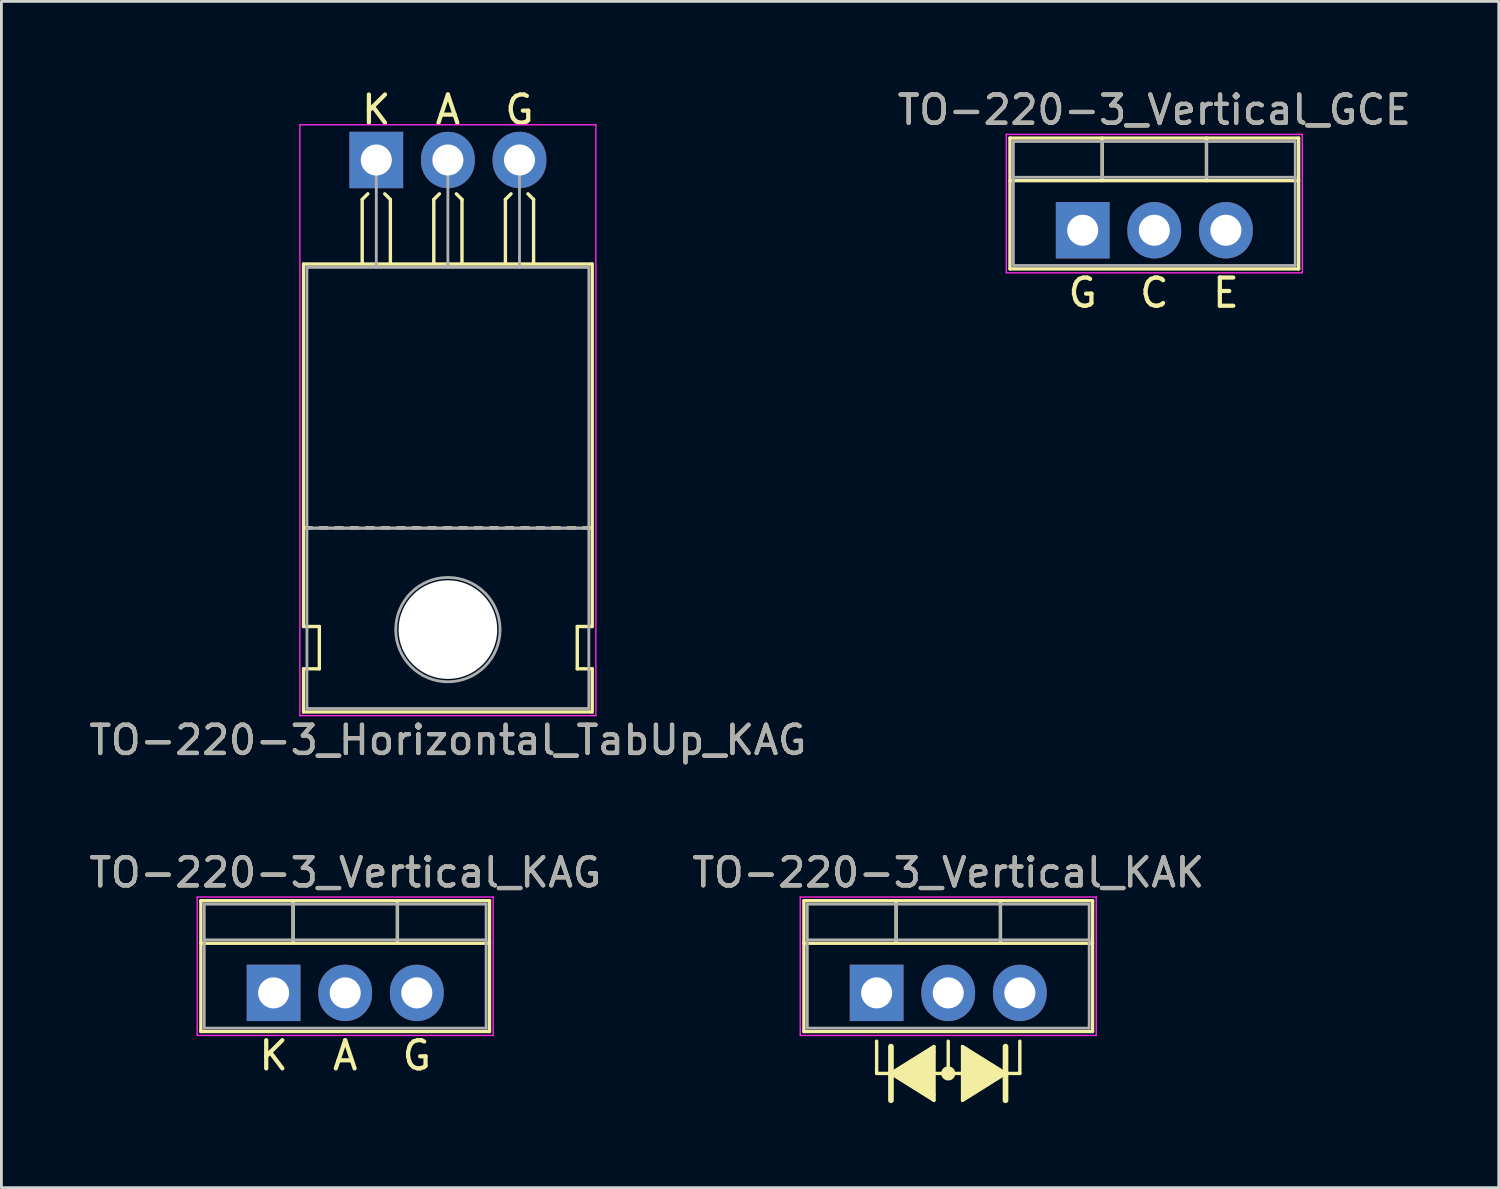
<source format=kicad_pcb>
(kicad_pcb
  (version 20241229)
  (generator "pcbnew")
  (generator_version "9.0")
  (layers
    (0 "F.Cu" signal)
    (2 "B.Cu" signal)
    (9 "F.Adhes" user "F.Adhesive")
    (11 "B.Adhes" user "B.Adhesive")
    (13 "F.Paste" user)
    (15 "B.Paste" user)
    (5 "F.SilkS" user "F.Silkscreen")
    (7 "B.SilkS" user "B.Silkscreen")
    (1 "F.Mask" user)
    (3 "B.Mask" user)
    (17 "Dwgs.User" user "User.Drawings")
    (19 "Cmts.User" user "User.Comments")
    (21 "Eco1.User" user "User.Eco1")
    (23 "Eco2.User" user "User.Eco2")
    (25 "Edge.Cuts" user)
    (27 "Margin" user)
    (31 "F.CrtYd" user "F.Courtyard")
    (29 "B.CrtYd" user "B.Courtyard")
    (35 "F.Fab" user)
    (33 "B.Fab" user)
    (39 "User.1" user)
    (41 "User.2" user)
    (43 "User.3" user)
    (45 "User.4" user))
  (footprint "TO-220-3_Vertical_KAK"
    (layer "F.Cu")
    (at 28.049 32.173)
    (property "Reference" "TO-220-3_Vertical_KAK" (at 2.54 -4.27 0) (layer "F.SilkS") (effects (font (size 1 1) (thickness 0.15))))
    (attr through_hole)
    (fp_line (start -2.58 -3.27) (end -2.58 1.371) (stroke (width 0.12) (type solid)) (layer "F.SilkS"))
    (fp_line (start -2.58 -3.27) (end 7.66 -3.27) (stroke (width 0.12) (type solid)) (layer "F.SilkS"))
    (fp_line (start -2.58 -1.76) (end 7.66 -1.76) (stroke (width 0.12) (type solid)) (layer "F.SilkS"))
    (fp_line (start -2.58 1.371) (end 7.66 1.371) (stroke (width 0.12) (type solid)) (layer "F.SilkS"))
    (fp_line (start 0 1.714) (end 0 2.857) (stroke (width 0.12) (type solid)) (layer "F.SilkS"))
    (fp_line (start 0 2.857) (end 0.508 2.857) (stroke (width 0.12) (type solid)) (layer "F.SilkS"))
    (fp_line (start 0.508 1.905) (end 0.508 3.81) (stroke (width 0.2) (type solid)) (layer "F.SilkS"))
    (fp_line (start 0.508 2.857) (end 2.032 1.905) (stroke (width 0.12) (type solid)) (layer "F.SilkS"))
    (fp_line (start 0.508 2.857) (end 2.032 3.81) (stroke (width 0.12) (type solid)) (layer "F.SilkS"))
    (fp_line (start 0.69 -3.27) (end 0.69 -1.76) (stroke (width 0.12) (type solid)) (layer "F.SilkS"))
    (fp_line (start 2.032 2.095) (end 2.032 1.905) (stroke (width 0.12) (type solid)) (layer "F.SilkS"))
    (fp_line (start 2.032 3.619) (end 2.032 2.095) (stroke (width 0.12) (type solid)) (layer "F.SilkS"))
    (fp_line (start 2.032 3.619) (end 2.032 3.81) (stroke (width 0.12) (type solid)) (layer "F.SilkS"))
    (fp_line (start 2.54 1.714) (end 2.54 2.857) (stroke (width 0.12) (type solid)) (layer "F.SilkS"))
    (fp_line (start 2.54 2.857) (end 2.032 2.857) (stroke (width 0.12) (type solid)) (layer "F.SilkS"))
    (fp_line (start 2.54 2.857) (end 3.048 2.857) (stroke (width 0.12) (type solid)) (layer "F.SilkS"))
    (fp_line (start 3.048 1.905) (end 3.048 3.81) (stroke (width 0.12) (type solid)) (layer "F.SilkS"))
    (fp_line (start 3.048 3.81) (end 4.572 2.857) (stroke (width 0.12) (type solid)) (layer "F.SilkS"))
    (fp_line (start 4.391 -3.27) (end 4.391 -1.76) (stroke (width 0.12) (type solid)) (layer "F.SilkS"))
    (fp_line (start 4.572 2.857) (end 3.048 1.905) (stroke (width 0.12) (type solid)) (layer "F.SilkS"))
    (fp_line (start 4.572 3.81) (end 4.572 1.905) (stroke (width 0.2) (type solid)) (layer "F.SilkS"))
    (fp_line (start 5.08 1.714) (end 5.08 2.857) (stroke (width 0.12) (type solid)) (layer "F.SilkS"))
    (fp_line (start 5.08 2.857) (end 4.572 2.857) (stroke (width 0.12) (type solid)) (layer "F.SilkS"))
    (fp_line (start 7.66 -3.27) (end 7.66 1.371) (stroke (width 0.12) (type solid)) (layer "F.SilkS"))
    (fp_circle (center 2.54 2.857) (end 2.54 2.921) (stroke (width 0.12) (type solid)) (fill no) (layer "F.SilkS"))
    (fp_circle (center 2.54 2.857) (end 2.54 2.985) (stroke (width 0.12) (type solid)) (fill no) (layer "F.SilkS"))
    (fp_circle (center 2.54 2.857) (end 2.54 3.048) (stroke (width 0.12) (type solid)) (fill no) (layer "F.SilkS"))
    (fp_poly (pts (xy 0.508 2.857) (xy 2.032 1.905) (xy 2.032 3.81)) (stroke (width 0.1) (type solid)) (fill yes) (layer "F.SilkS"))
    (fp_poly (pts (xy 3.048 1.905) (xy 4.572 2.857) (xy 3.048 3.81)) (stroke (width 0.1) (type solid)) (fill yes) (layer "F.SilkS"))
    (fp_line (start -2.71 -3.4) (end -2.71 1.51) (stroke (width 0.05) (type solid)) (layer "F.CrtYd"))
    (fp_line (start -2.71 1.51) (end 7.79 1.51) (stroke (width 0.05) (type solid)) (layer "F.CrtYd"))
    (fp_line (start 7.79 -3.4) (end -2.71 -3.4) (stroke (width 0.05) (type solid)) (layer "F.CrtYd"))
    (fp_line (start 7.79 1.51) (end 7.79 -3.4) (stroke (width 0.05) (type solid)) (layer "F.CrtYd"))
    (fp_line (start -2.46 -3.15) (end -2.46 1.25) (stroke (width 0.1) (type solid)) (layer "F.Fab"))
    (fp_line (start -2.46 -1.88) (end 7.54 -1.88) (stroke (width 0.1) (type solid)) (layer "F.Fab"))
    (fp_line (start -2.46 1.25) (end 7.54 1.25) (stroke (width 0.1) (type solid)) (layer "F.Fab"))
    (fp_line (start 0.69 -3.15) (end 0.69 -1.88) (stroke (width 0.1) (type solid)) (layer "F.Fab"))
    (fp_line (start 4.39 -3.15) (end 4.39 -1.88) (stroke (width 0.1) (type solid)) (layer "F.Fab"))
    (fp_line (start 7.54 -3.15) (end -2.46 -3.15) (stroke (width 0.1) (type solid)) (layer "F.Fab"))
    (fp_line (start 7.54 1.25) (end 7.54 -3.15) (stroke (width 0.1) (type solid)) (layer "F.Fab"))
    (fp_text user "${REFERENCE}" (at 2.54 -4.27 0) (layer "F.Fab") (effects (font (size 1 1) (thickness 0.15))))
    (pad "1" thru_hole rect (at 0 0) (size 1.905 2) (drill 1.1) (layers "*.Cu" "*.Mask"))
    (pad "2" thru_hole oval (at 2.54 0) (size 1.905 2) (drill 1.1) (layers "*.Cu" "*.Mask"))
    (pad "3" thru_hole oval (at 5.08 0) (size 1.905 2) (drill 1.1) (layers "*.Cu" "*.Mask")))
  (footprint "TO-220-3_Vertical_KAG"
    (layer "F.Cu")
    (at 6.656 32.173)
    (property "Reference" "TO-220-3_Vertical_KAG" (at 2.54 -4.27 0) (layer "F.SilkS") (effects (font (size 1 1) (thickness 0.15))))
    (attr through_hole)
    (fp_line (start -2.58 -3.27) (end -2.58 1.371) (stroke (width 0.12) (type solid)) (layer "F.SilkS"))
    (fp_line (start -2.58 -3.27) (end 7.66 -3.27) (stroke (width 0.12) (type solid)) (layer "F.SilkS"))
    (fp_line (start -2.58 -1.76) (end 7.66 -1.76) (stroke (width 0.12) (type solid)) (layer "F.SilkS"))
    (fp_line (start -2.58 1.371) (end 7.66 1.371) (stroke (width 0.12) (type solid)) (layer "F.SilkS"))
    (fp_line (start 0.69 -3.27) (end 0.69 -1.76) (stroke (width 0.12) (type solid)) (layer "F.SilkS"))
    (fp_line (start 4.391 -3.27) (end 4.391 -1.76) (stroke (width 0.12) (type solid)) (layer "F.SilkS"))
    (fp_line (start 7.66 -3.27) (end 7.66 1.371) (stroke (width 0.12) (type solid)) (layer "F.SilkS"))
    (fp_line (start -2.71 -3.4) (end -2.71 1.51) (stroke (width 0.05) (type solid)) (layer "F.CrtYd"))
    (fp_line (start -2.71 1.51) (end 7.79 1.51) (stroke (width 0.05) (type solid)) (layer "F.CrtYd"))
    (fp_line (start 7.79 -3.4) (end -2.71 -3.4) (stroke (width 0.05) (type solid)) (layer "F.CrtYd"))
    (fp_line (start 7.79 1.51) (end 7.79 -3.4) (stroke (width 0.05) (type solid)) (layer "F.CrtYd"))
    (fp_line (start -2.46 -3.15) (end -2.46 1.25) (stroke (width 0.1) (type solid)) (layer "F.Fab"))
    (fp_line (start -2.46 -1.88) (end 7.54 -1.88) (stroke (width 0.1) (type solid)) (layer "F.Fab"))
    (fp_line (start -2.46 1.25) (end 7.54 1.25) (stroke (width 0.1) (type solid)) (layer "F.Fab"))
    (fp_line (start 0.69 -3.15) (end 0.69 -1.88) (stroke (width 0.1) (type solid)) (layer "F.Fab"))
    (fp_line (start 4.39 -3.15) (end 4.39 -1.88) (stroke (width 0.1) (type solid)) (layer "F.Fab"))
    (fp_line (start 7.54 -3.15) (end -2.46 -3.15) (stroke (width 0.1) (type solid)) (layer "F.Fab"))
    (fp_line (start 7.54 1.25) (end 7.54 -3.15) (stroke (width 0.1) (type solid)) (layer "F.Fab"))
    (fp_text user "G" (at 5.08 2.223 0) (layer "F.SilkS") (effects (font (size 1 1) (thickness 0.15))))
    (fp_text user "A" (at 2.54 2.223 0) (layer "F.SilkS") (effects (font (size 1 1) (thickness 0.15))))
    (fp_text user "K" (at 0 2.223 0) (layer "F.SilkS") (effects (font (size 1 1) (thickness 0.15))))
    (fp_text user "${REFERENCE}" (at 2.54 -4.27 0) (layer "F.Fab") (effects (font (size 1 1) (thickness 0.15))))
    (pad "1" thru_hole rect (at 0 0) (size 1.905 2) (drill 1.1) (layers "*.Cu" "*.Mask"))
    (pad "2" thru_hole oval (at 2.54 0) (size 1.905 2) (drill 1.1) (layers "*.Cu" "*.Mask"))
    (pad "3" thru_hole oval (at 5.08 0) (size 1.905 2) (drill 1.1) (layers "*.Cu" "*.Mask")))
  (footprint "TO-220-3_Horizontal_TabUp_KAG"
    (layer "F.Cu")
    (at 10.299 2.626)
    (property "Reference" "TO-220-3_Horizontal_TabUp_KAG" (at 2.54 20.58 0) (layer "F.SilkS") (effects (font (size 1 1) (thickness 0.15))))
    (attr through_hole)
    (fp_line (start -2.58 16.55) (end -2.58 3.69) (stroke (width 0.12) (type solid)) (layer "F.SilkS"))
    (fp_line (start -2.58 16.55) (end -2.02 16.55) (stroke (width 0.12) (type solid)) (layer "F.SilkS"))
    (fp_line (start -2.58 19.58) (end -2.58 18.05) (stroke (width 0.12) (type solid)) (layer "F.SilkS"))
    (fp_line (start -2.3 13.05) (end -2.55 13.05) (stroke (width 0.12) (type solid)) (layer "F.SilkS"))
    (fp_line (start -2.02 16.55) (end -2.02 18.05) (stroke (width 0.12) (type solid)) (layer "F.SilkS"))
    (fp_line (start -2.02 18.05) (end -2.58 18.05) (stroke (width 0.12) (type solid)) (layer "F.SilkS"))
    (fp_line (start -1.75 13.05) (end -2 13.05) (stroke (width 0.12) (type solid)) (layer "F.SilkS"))
    (fp_line (start -1.2 13.05) (end -1.45 13.05) (stroke (width 0.12) (type solid)) (layer "F.SilkS"))
    (fp_line (start -0.65 13.05) (end -0.9 13.05) (stroke (width 0.12) (type solid)) (layer "F.SilkS"))
    (fp_line (start -0.5 1.4) (end -0.3 1.2) (stroke (width 0.12) (type solid)) (layer "F.SilkS"))
    (fp_line (start -0.5 3.65) (end -0.5 1.4) (stroke (width 0.12) (type solid)) (layer "F.SilkS"))
    (fp_line (start -0.1 13.05) (end -0.35 13.05) (stroke (width 0.12) (type solid)) (layer "F.SilkS"))
    (fp_line (start 0.45 13.05) (end 0.2 13.05) (stroke (width 0.12) (type solid)) (layer "F.SilkS"))
    (fp_line (start 0.5 1.4) (end 0.3 1.2) (stroke (width 0.12) (type solid)) (layer "F.SilkS"))
    (fp_line (start 0.5 3.65) (end 0.5 1.4) (stroke (width 0.12) (type solid)) (layer "F.SilkS"))
    (fp_line (start 1 13.05) (end 0.75 13.05) (stroke (width 0.12) (type solid)) (layer "F.SilkS"))
    (fp_line (start 1.55 13.05) (end 1.3 13.05) (stroke (width 0.12) (type solid)) (layer "F.SilkS"))
    (fp_line (start 2.04 1.4) (end 2.24 1.2) (stroke (width 0.12) (type solid)) (layer "F.SilkS"))
    (fp_line (start 2.04 3.65) (end 2.04 1.4) (stroke (width 0.12) (type solid)) (layer "F.SilkS"))
    (fp_line (start 2.1 13.05) (end 1.85 13.05) (stroke (width 0.12) (type solid)) (layer "F.SilkS"))
    (fp_line (start 2.65 13.05) (end 2.4 13.05) (stroke (width 0.12) (type solid)) (layer "F.SilkS"))
    (fp_line (start 3.04 1.4) (end 2.84 1.2) (stroke (width 0.12) (type solid)) (layer "F.SilkS"))
    (fp_line (start 3.04 3.65) (end 3.04 1.4) (stroke (width 0.12) (type solid)) (layer "F.SilkS"))
    (fp_line (start 3.2 13.05) (end 2.95 13.05) (stroke (width 0.12) (type solid)) (layer "F.SilkS"))
    (fp_line (start 3.75 13.05) (end 3.5 13.05) (stroke (width 0.12) (type solid)) (layer "F.SilkS"))
    (fp_line (start 4.3 13.05) (end 4.05 13.05) (stroke (width 0.12) (type solid)) (layer "F.SilkS"))
    (fp_line (start 4.58 1.4) (end 4.78 1.2) (stroke (width 0.12) (type solid)) (layer "F.SilkS"))
    (fp_line (start 4.58 3.65) (end 4.58 1.4) (stroke (width 0.12) (type solid)) (layer "F.SilkS"))
    (fp_line (start 4.85 13.05) (end 4.6 13.05) (stroke (width 0.12) (type solid)) (layer "F.SilkS"))
    (fp_line (start 5.4 13.05) (end 5.15 13.05) (stroke (width 0.12) (type solid)) (layer "F.SilkS"))
    (fp_line (start 5.58 1.4) (end 5.38 1.2) (stroke (width 0.12) (type solid)) (layer "F.SilkS"))
    (fp_line (start 5.58 3.65) (end 5.58 1.4) (stroke (width 0.12) (type solid)) (layer "F.SilkS"))
    (fp_line (start 5.95 13.05) (end 5.7 13.05) (stroke (width 0.12) (type solid)) (layer "F.SilkS"))
    (fp_line (start 6.5 13.05) (end 6.25 13.05) (stroke (width 0.12) (type solid)) (layer "F.SilkS"))
    (fp_line (start 7.05 13.05) (end 6.8 13.05) (stroke (width 0.12) (type solid)) (layer "F.SilkS"))
    (fp_line (start 7.13 16.55) (end 7.655 16.55) (stroke (width 0.12) (type solid)) (layer "F.SilkS"))
    (fp_line (start 7.13 18.05) (end 7.13 16.55) (stroke (width 0.12) (type solid)) (layer "F.SilkS"))
    (fp_line (start 7.6 13.05) (end 7.35 13.05) (stroke (width 0.12) (type solid)) (layer "F.SilkS"))
    (fp_line (start 7.66 3.69) (end -2.58 3.69) (stroke (width 0.12) (type solid)) (layer "F.SilkS"))
    (fp_line (start 7.66 16.55) (end 7.66 3.69) (stroke (width 0.12) (type solid)) (layer "F.SilkS"))
    (fp_line (start 7.66 18.05) (end 7.13 18.05) (stroke (width 0.12) (type solid)) (layer "F.SilkS"))
    (fp_line (start 7.66 19.58) (end -2.58 19.58) (stroke (width 0.12) (type solid)) (layer "F.SilkS"))
    (fp_line (start 7.66 19.58) (end 7.66 18.05) (stroke (width 0.12) (type solid)) (layer "F.SilkS"))
    (fp_line (start -2.71 -1.25) (end -2.71 19.71) (stroke (width 0.05) (type solid)) (layer "F.CrtYd"))
    (fp_line (start -2.71 19.71) (end 7.79 19.71) (stroke (width 0.05) (type solid)) (layer "F.CrtYd"))
    (fp_line (start 7.79 -1.25) (end -2.71 -1.25) (stroke (width 0.05) (type solid)) (layer "F.CrtYd"))
    (fp_line (start 7.79 19.71) (end 7.79 -1.25) (stroke (width 0.05) (type solid)) (layer "F.CrtYd"))
    (fp_line (start -2.46 3.81) (end -2.46 13.06) (stroke (width 0.1) (type solid)) (layer "F.Fab"))
    (fp_line (start -2.46 13.06) (end -2.46 19.46) (stroke (width 0.1) (type solid)) (layer "F.Fab"))
    (fp_line (start -2.46 13.06) (end 7.54 13.06) (stroke (width 0.1) (type solid)) (layer "F.Fab"))
    (fp_line (start -2.46 19.46) (end 7.54 19.46) (stroke (width 0.1) (type solid)) (layer "F.Fab"))
    (fp_line (start 0 3.81) (end 0 0) (stroke (width 0.1) (type solid)) (layer "F.Fab"))
    (fp_line (start 2.54 3.81) (end 2.54 0) (stroke (width 0.1) (type solid)) (layer "F.Fab"))
    (fp_line (start 5.08 3.81) (end 5.08 0) (stroke (width 0.1) (type solid)) (layer "F.Fab"))
    (fp_line (start 7.54 3.81) (end -2.46 3.81) (stroke (width 0.1) (type solid)) (layer "F.Fab"))
    (fp_line (start 7.54 13.06) (end -2.46 13.06) (stroke (width 0.1) (type solid)) (layer "F.Fab"))
    (fp_line (start 7.54 13.06) (end 7.54 3.81) (stroke (width 0.1) (type solid)) (layer "F.Fab"))
    (fp_line (start 7.54 19.46) (end 7.54 13.06) (stroke (width 0.1) (type solid)) (layer "F.Fab"))
    (fp_circle (center 2.54 16.66) (end 4.39 16.66) (stroke (width 0.1) (type solid)) (fill no) (layer "F.Fab"))
    (fp_text user "G" (at 5.08 -1.778 0) (layer "F.SilkS") (effects (font (size 1 1) (thickness 0.15))))
    (fp_text user "A" (at 2.54 -1.778 0) (layer "F.SilkS") (effects (font (size 1 1) (thickness 0.15))))
    (fp_text user "K" (at 0 -1.778 0) (layer "F.SilkS") (effects (font (size 1 1) (thickness 0.15))))
    (fp_text user "${REFERENCE}" (at 2.54 20.58 0) (layer "F.Fab") (effects (font (size 1 1) (thickness 0.15))))
    (pad "" np_thru_hole oval (at 2.54 16.66) (size 3.5 3.5) (drill 3.5) (layers "*.Cu" "*.Mask"))
    (pad "1" thru_hole rect (at 0 0) (size 1.905 2) (drill 1.1) (layers "*.Cu" "*.Mask"))
    (pad "2" thru_hole oval (at 2.54 0) (size 1.905 2) (drill 1.1) (layers "*.Cu" "*.Mask"))
    (pad "3" thru_hole oval (at 5.08 0) (size 1.905 2) (drill 1.1) (layers "*.Cu" "*.Mask")))
  (footprint "TO-220-3_Vertical_GCE"
    (layer "F.Cu")
    (at 35.359 5.118)
    (property "Reference" "TO-220-3_Vertical_GCE" (at 2.54 -4.27 0) (layer "F.SilkS") (effects (font (size 1 1) (thickness 0.15))))
    (fp_line (start -2.58 -3.27) (end -2.58 1.371) (stroke (width 0.12) (type solid)) (layer "F.SilkS"))
    (fp_line (start -2.58 -3.27) (end 7.66 -3.27) (stroke (width 0.12) (type solid)) (layer "F.SilkS"))
    (fp_line (start -2.58 -1.76) (end 7.66 -1.76) (stroke (width 0.12) (type solid)) (layer "F.SilkS"))
    (fp_line (start -2.58 1.371) (end 7.66 1.371) (stroke (width 0.12) (type solid)) (layer "F.SilkS"))
    (fp_line (start 0.69 -3.27) (end 0.69 -1.76) (stroke (width 0.12) (type solid)) (layer "F.SilkS"))
    (fp_line (start 4.391 -3.27) (end 4.391 -1.76) (stroke (width 0.12) (type solid)) (layer "F.SilkS"))
    (fp_line (start 7.66 -3.27) (end 7.66 1.371) (stroke (width 0.12) (type solid)) (layer "F.SilkS"))
    (fp_line (start -2.71 -3.4) (end -2.71 1.51) (stroke (width 0.05) (type solid)) (layer "F.CrtYd"))
    (fp_line (start -2.71 1.51) (end 7.79 1.51) (stroke (width 0.05) (type solid)) (layer "F.CrtYd"))
    (fp_line (start 7.79 -3.4) (end -2.71 -3.4) (stroke (width 0.05) (type solid)) (layer "F.CrtYd"))
    (fp_line (start 7.79 1.51) (end 7.79 -3.4) (stroke (width 0.05) (type solid)) (layer "F.CrtYd"))
    (fp_line (start -2.46 -3.15) (end -2.46 1.25) (stroke (width 0.1) (type solid)) (layer "F.Fab"))
    (fp_line (start -2.46 -1.88) (end 7.54 -1.88) (stroke (width 0.1) (type solid)) (layer "F.Fab"))
    (fp_line (start -2.46 1.25) (end 7.54 1.25) (stroke (width 0.1) (type solid)) (layer "F.Fab"))
    (fp_line (start 0.69 -3.15) (end 0.69 -1.88) (stroke (width 0.1) (type solid)) (layer "F.Fab"))
    (fp_line (start 4.39 -3.15) (end 4.39 -1.88) (stroke (width 0.1) (type solid)) (layer "F.Fab"))
    (fp_line (start 7.54 -3.15) (end -2.46 -3.15) (stroke (width 0.1) (type solid)) (layer "F.Fab"))
    (fp_line (start 7.54 1.25) (end 7.54 -3.15) (stroke (width 0.1) (type solid)) (layer "F.Fab"))
    (fp_text user "E" (at 5.08 2.223 0) (unlocked yes) (layer "F.SilkS") (effects (font (size 1 1) (thickness 0.15))))
    (fp_text user "C" (at 2.54 2.223 0) (unlocked yes) (layer "F.SilkS") (effects (font (size 1 1) (thickness 0.15))))
    (fp_text user "G" (at 0 2.223 0) (unlocked yes) (layer "F.SilkS") (effects (font (size 1 1) (thickness 0.15))))
    (fp_text user "${REFERENCE}" (at 2.54 -4.27 0) (layer "F.Fab") (effects (font (size 1 1) (thickness 0.15))))
    (pad "1" thru_hole rect (at 0 0) (size 1.905 2) (drill 1.1) (layers "*.Cu" "*.Mask"))
    (pad "2" thru_hole oval (at 2.54 0) (size 1.905 2) (drill 1.1) (layers "*.Cu" "*.Mask"))
    (pad "3" thru_hole oval (at 5.08 0) (size 1.905 2) (drill 1.1) (layers "*.Cu" "*.Mask")))
  (gr_rect
    (start -3 -3)
    (end 50.119 39.083)
    (stroke (width 0.1) (type default))
    (fill no)
    (layer "Edge.Cuts")))
</source>
